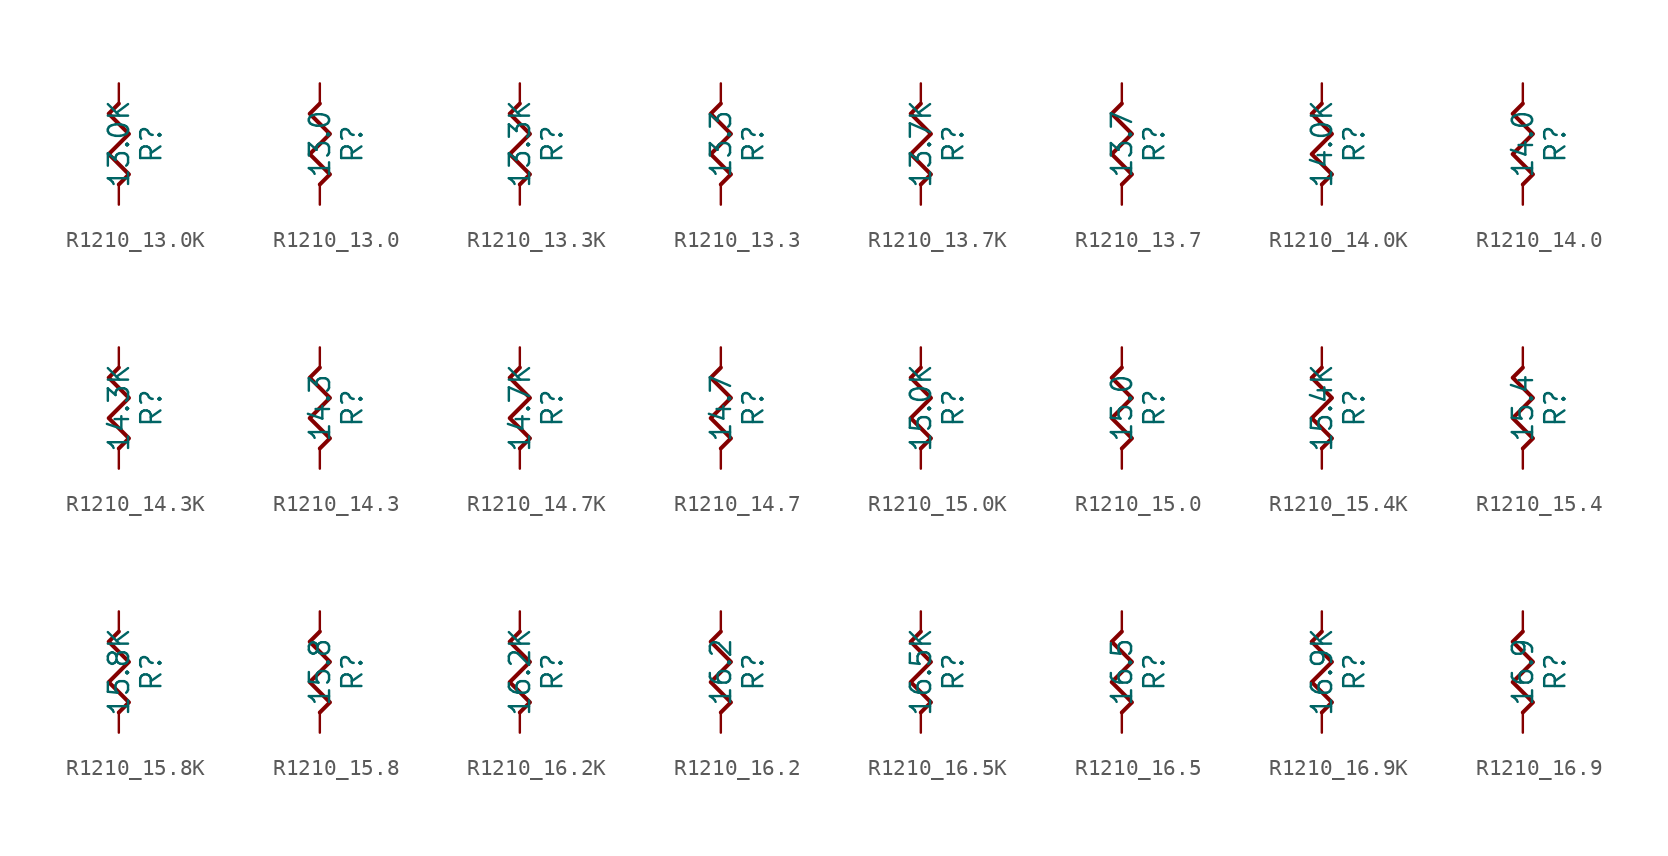
<source format=kicad_sym>
(kicad_symbol_lib
  (version 20211014)
  (generator atlantix-eda)
  (symbol "R1210_13.0K"
    (pin_numbers hide)
    (pin_names
      (offset 0))
    (property "Reference" "R"
      (at 2.032 0 90)
      (effects (font (size 1.27 1.27))))
    (property "Value" "13.0K"
      (at 0 0 90)
      (effects (font (size 1.27 1.27))))
    (symbol "R1210_13.0K_0_1"
      (polyline (pts (xy 0 -2.54) (xy 0.635 -1.905) (xy -0.635 -0.635) (xy 0.635 0.635) (xy -0.635 1.905) (xy 0 2.54)) (stroke (width 0.254) (type default) (color 0 0 0 0)) (fill (type none))))
    (symbol "R1210_13.0K_1_1"
      (pin passive line (at 0 3.81 270) (length 1.27) (name "~" (effects (font (size 1.27 1.27)))) (number "1" (effects (font (size 1.27 1.27)))))
      (pin passive line (at 0 -3.81 90) (length 1.27) (name "~" (effects (font (size 1.27 1.27)))) (number "2" (effects (font (size 1.27 1.27)))))))
  (symbol "R1210_13.0"
    (pin_numbers hide)
    (pin_names
      (offset 0))
    (property "Reference" "R"
      (at 2.032 0 90)
      (effects (font (size 1.27 1.27))))
    (property "Value" "13.0"
      (at 0 0 90)
      (effects (font (size 1.27 1.27))))
    (symbol "R1210_13.0_0_1"
      (polyline (pts (xy 0 -2.54) (xy 0.635 -1.905) (xy -0.635 -0.635) (xy 0.635 0.635) (xy -0.635 1.905) (xy 0 2.54)) (stroke (width 0.254) (type default) (color 0 0 0 0)) (fill (type none))))
    (symbol "R1210_13.0_1_1"
      (pin passive line (at 0 3.81 270) (length 1.27) (name "~" (effects (font (size 1.27 1.27)))) (number "1" (effects (font (size 1.27 1.27)))))
      (pin passive line (at 0 -3.81 90) (length 1.27) (name "~" (effects (font (size 1.27 1.27)))) (number "2" (effects (font (size 1.27 1.27)))))))
  (symbol "R1210_13.3K"
    (pin_numbers hide)
    (pin_names
      (offset 0))
    (property "Reference" "R"
      (at 2.032 0 90)
      (effects (font (size 1.27 1.27))))
    (property "Value" "13.3K"
      (at 0 0 90)
      (effects (font (size 1.27 1.27))))
    (symbol "R1210_13.3K_0_1"
      (polyline (pts (xy 0 -2.54) (xy 0.635 -1.905) (xy -0.635 -0.635) (xy 0.635 0.635) (xy -0.635 1.905) (xy 0 2.54)) (stroke (width 0.254) (type default) (color 0 0 0 0)) (fill (type none))))
    (symbol "R1210_13.3K_1_1"
      (pin passive line (at 0 3.81 270) (length 1.27) (name "~" (effects (font (size 1.27 1.27)))) (number "1" (effects (font (size 1.27 1.27)))))
      (pin passive line (at 0 -3.81 90) (length 1.27) (name "~" (effects (font (size 1.27 1.27)))) (number "2" (effects (font (size 1.27 1.27)))))))
  (symbol "R1210_13.3"
    (pin_numbers hide)
    (pin_names
      (offset 0))
    (property "Reference" "R"
      (at 2.032 0 90)
      (effects (font (size 1.27 1.27))))
    (property "Value" "13.3"
      (at 0 0 90)
      (effects (font (size 1.27 1.27))))
    (symbol "R1210_13.3_0_1"
      (polyline (pts (xy 0 -2.54) (xy 0.635 -1.905) (xy -0.635 -0.635) (xy 0.635 0.635) (xy -0.635 1.905) (xy 0 2.54)) (stroke (width 0.254) (type default) (color 0 0 0 0)) (fill (type none))))
    (symbol "R1210_13.3_1_1"
      (pin passive line (at 0 3.81 270) (length 1.27) (name "~" (effects (font (size 1.27 1.27)))) (number "1" (effects (font (size 1.27 1.27)))))
      (pin passive line (at 0 -3.81 90) (length 1.27) (name "~" (effects (font (size 1.27 1.27)))) (number "2" (effects (font (size 1.27 1.27)))))))
  (symbol "R1210_13.7K"
    (pin_numbers hide)
    (pin_names
      (offset 0))
    (property "Reference" "R"
      (at 2.032 0 90)
      (effects (font (size 1.27 1.27))))
    (property "Value" "13.7K"
      (at 0 0 90)
      (effects (font (size 1.27 1.27))))
    (symbol "R1210_13.7K_0_1"
      (polyline (pts (xy 0 -2.54) (xy 0.635 -1.905) (xy -0.635 -0.635) (xy 0.635 0.635) (xy -0.635 1.905) (xy 0 2.54)) (stroke (width 0.254) (type default) (color 0 0 0 0)) (fill (type none))))
    (symbol "R1210_13.7K_1_1"
      (pin passive line (at 0 3.81 270) (length 1.27) (name "~" (effects (font (size 1.27 1.27)))) (number "1" (effects (font (size 1.27 1.27)))))
      (pin passive line (at 0 -3.81 90) (length 1.27) (name "~" (effects (font (size 1.27 1.27)))) (number "2" (effects (font (size 1.27 1.27)))))))
  (symbol "R1210_13.7"
    (pin_numbers hide)
    (pin_names
      (offset 0))
    (property "Reference" "R"
      (at 2.032 0 90)
      (effects (font (size 1.27 1.27))))
    (property "Value" "13.7"
      (at 0 0 90)
      (effects (font (size 1.27 1.27))))
    (symbol "R1210_13.7_0_1"
      (polyline (pts (xy 0 -2.54) (xy 0.635 -1.905) (xy -0.635 -0.635) (xy 0.635 0.635) (xy -0.635 1.905) (xy 0 2.54)) (stroke (width 0.254) (type default) (color 0 0 0 0)) (fill (type none))))
    (symbol "R1210_13.7_1_1"
      (pin passive line (at 0 3.81 270) (length 1.27) (name "~" (effects (font (size 1.27 1.27)))) (number "1" (effects (font (size 1.27 1.27)))))
      (pin passive line (at 0 -3.81 90) (length 1.27) (name "~" (effects (font (size 1.27 1.27)))) (number "2" (effects (font (size 1.27 1.27)))))))
  (symbol "R1210_14.0K"
    (pin_numbers hide)
    (pin_names
      (offset 0))
    (property "Reference" "R"
      (at 2.032 0 90)
      (effects (font (size 1.27 1.27))))
    (property "Value" "14.0K"
      (at 0 0 90)
      (effects (font (size 1.27 1.27))))
    (symbol "R1210_14.0K_0_1"
      (polyline (pts (xy 0 -2.54) (xy 0.635 -1.905) (xy -0.635 -0.635) (xy 0.635 0.635) (xy -0.635 1.905) (xy 0 2.54)) (stroke (width 0.254) (type default) (color 0 0 0 0)) (fill (type none))))
    (symbol "R1210_14.0K_1_1"
      (pin passive line (at 0 3.81 270) (length 1.27) (name "~" (effects (font (size 1.27 1.27)))) (number "1" (effects (font (size 1.27 1.27)))))
      (pin passive line (at 0 -3.81 90) (length 1.27) (name "~" (effects (font (size 1.27 1.27)))) (number "2" (effects (font (size 1.27 1.27)))))))
  (symbol "R1210_14.0"
    (pin_numbers hide)
    (pin_names
      (offset 0))
    (property "Reference" "R"
      (at 2.032 0 90)
      (effects (font (size 1.27 1.27))))
    (property "Value" "14.0"
      (at 0 0 90)
      (effects (font (size 1.27 1.27))))
    (symbol "R1210_14.0_0_1"
      (polyline (pts (xy 0 -2.54) (xy 0.635 -1.905) (xy -0.635 -0.635) (xy 0.635 0.635) (xy -0.635 1.905) (xy 0 2.54)) (stroke (width 0.254) (type default) (color 0 0 0 0)) (fill (type none))))
    (symbol "R1210_14.0_1_1"
      (pin passive line (at 0 3.81 270) (length 1.27) (name "~" (effects (font (size 1.27 1.27)))) (number "1" (effects (font (size 1.27 1.27)))))
      (pin passive line (at 0 -3.81 90) (length 1.27) (name "~" (effects (font (size 1.27 1.27)))) (number "2" (effects (font (size 1.27 1.27)))))))
  (symbol "R1210_14.3K"
    (pin_numbers hide)
    (pin_names
      (offset 0))
    (property "Reference" "R"
      (at 2.032 0 90)
      (effects (font (size 1.27 1.27))))
    (property "Value" "14.3K"
      (at 0 0 90)
      (effects (font (size 1.27 1.27))))
    (symbol "R1210_14.3K_0_1"
      (polyline (pts (xy 0 -2.54) (xy 0.635 -1.905) (xy -0.635 -0.635) (xy 0.635 0.635) (xy -0.635 1.905) (xy 0 2.54)) (stroke (width 0.254) (type default) (color 0 0 0 0)) (fill (type none))))
    (symbol "R1210_14.3K_1_1"
      (pin passive line (at 0 3.81 270) (length 1.27) (name "~" (effects (font (size 1.27 1.27)))) (number "1" (effects (font (size 1.27 1.27)))))
      (pin passive line (at 0 -3.81 90) (length 1.27) (name "~" (effects (font (size 1.27 1.27)))) (number "2" (effects (font (size 1.27 1.27)))))))
  (symbol "R1210_14.3"
    (pin_numbers hide)
    (pin_names
      (offset 0))
    (property "Reference" "R"
      (at 2.032 0 90)
      (effects (font (size 1.27 1.27))))
    (property "Value" "14.3"
      (at 0 0 90)
      (effects (font (size 1.27 1.27))))
    (symbol "R1210_14.3_0_1"
      (polyline (pts (xy 0 -2.54) (xy 0.635 -1.905) (xy -0.635 -0.635) (xy 0.635 0.635) (xy -0.635 1.905) (xy 0 2.54)) (stroke (width 0.254) (type default) (color 0 0 0 0)) (fill (type none))))
    (symbol "R1210_14.3_1_1"
      (pin passive line (at 0 3.81 270) (length 1.27) (name "~" (effects (font (size 1.27 1.27)))) (number "1" (effects (font (size 1.27 1.27)))))
      (pin passive line (at 0 -3.81 90) (length 1.27) (name "~" (effects (font (size 1.27 1.27)))) (number "2" (effects (font (size 1.27 1.27)))))))
  (symbol "R1210_14.7K"
    (pin_numbers hide)
    (pin_names
      (offset 0))
    (property "Reference" "R"
      (at 2.032 0 90)
      (effects (font (size 1.27 1.27))))
    (property "Value" "14.7K"
      (at 0 0 90)
      (effects (font (size 1.27 1.27))))
    (symbol "R1210_14.7K_0_1"
      (polyline (pts (xy 0 -2.54) (xy 0.635 -1.905) (xy -0.635 -0.635) (xy 0.635 0.635) (xy -0.635 1.905) (xy 0 2.54)) (stroke (width 0.254) (type default) (color 0 0 0 0)) (fill (type none))))
    (symbol "R1210_14.7K_1_1"
      (pin passive line (at 0 3.81 270) (length 1.27) (name "~" (effects (font (size 1.27 1.27)))) (number "1" (effects (font (size 1.27 1.27)))))
      (pin passive line (at 0 -3.81 90) (length 1.27) (name "~" (effects (font (size 1.27 1.27)))) (number "2" (effects (font (size 1.27 1.27)))))))
  (symbol "R1210_14.7"
    (pin_numbers hide)
    (pin_names
      (offset 0))
    (property "Reference" "R"
      (at 2.032 0 90)
      (effects (font (size 1.27 1.27))))
    (property "Value" "14.7"
      (at 0 0 90)
      (effects (font (size 1.27 1.27))))
    (symbol "R1210_14.7_0_1"
      (polyline (pts (xy 0 -2.54) (xy 0.635 -1.905) (xy -0.635 -0.635) (xy 0.635 0.635) (xy -0.635 1.905) (xy 0 2.54)) (stroke (width 0.254) (type default) (color 0 0 0 0)) (fill (type none))))
    (symbol "R1210_14.7_1_1"
      (pin passive line (at 0 3.81 270) (length 1.27) (name "~" (effects (font (size 1.27 1.27)))) (number "1" (effects (font (size 1.27 1.27)))))
      (pin passive line (at 0 -3.81 90) (length 1.27) (name "~" (effects (font (size 1.27 1.27)))) (number "2" (effects (font (size 1.27 1.27)))))))
  (symbol "R1210_15.0K"
    (pin_numbers hide)
    (pin_names
      (offset 0))
    (property "Reference" "R"
      (at 2.032 0 90)
      (effects (font (size 1.27 1.27))))
    (property "Value" "15.0K"
      (at 0 0 90)
      (effects (font (size 1.27 1.27))))
    (symbol "R1210_15.0K_0_1"
      (polyline (pts (xy 0 -2.54) (xy 0.635 -1.905) (xy -0.635 -0.635) (xy 0.635 0.635) (xy -0.635 1.905) (xy 0 2.54)) (stroke (width 0.254) (type default) (color 0 0 0 0)) (fill (type none))))
    (symbol "R1210_15.0K_1_1"
      (pin passive line (at 0 3.81 270) (length 1.27) (name "~" (effects (font (size 1.27 1.27)))) (number "1" (effects (font (size 1.27 1.27)))))
      (pin passive line (at 0 -3.81 90) (length 1.27) (name "~" (effects (font (size 1.27 1.27)))) (number "2" (effects (font (size 1.27 1.27)))))))
  (symbol "R1210_15.0"
    (pin_numbers hide)
    (pin_names
      (offset 0))
    (property "Reference" "R"
      (at 2.032 0 90)
      (effects (font (size 1.27 1.27))))
    (property "Value" "15.0"
      (at 0 0 90)
      (effects (font (size 1.27 1.27))))
    (symbol "R1210_15.0_0_1"
      (polyline (pts (xy 0 -2.54) (xy 0.635 -1.905) (xy -0.635 -0.635) (xy 0.635 0.635) (xy -0.635 1.905) (xy 0 2.54)) (stroke (width 0.254) (type default) (color 0 0 0 0)) (fill (type none))))
    (symbol "R1210_15.0_1_1"
      (pin passive line (at 0 3.81 270) (length 1.27) (name "~" (effects (font (size 1.27 1.27)))) (number "1" (effects (font (size 1.27 1.27)))))
      (pin passive line (at 0 -3.81 90) (length 1.27) (name "~" (effects (font (size 1.27 1.27)))) (number "2" (effects (font (size 1.27 1.27)))))))
  (symbol "R1210_15.4K"
    (pin_numbers hide)
    (pin_names
      (offset 0))
    (property "Reference" "R"
      (at 2.032 0 90)
      (effects (font (size 1.27 1.27))))
    (property "Value" "15.4K"
      (at 0 0 90)
      (effects (font (size 1.27 1.27))))
    (symbol "R1210_15.4K_0_1"
      (polyline (pts (xy 0 -2.54) (xy 0.635 -1.905) (xy -0.635 -0.635) (xy 0.635 0.635) (xy -0.635 1.905) (xy 0 2.54)) (stroke (width 0.254) (type default) (color 0 0 0 0)) (fill (type none))))
    (symbol "R1210_15.4K_1_1"
      (pin passive line (at 0 3.81 270) (length 1.27) (name "~" (effects (font (size 1.27 1.27)))) (number "1" (effects (font (size 1.27 1.27)))))
      (pin passive line (at 0 -3.81 90) (length 1.27) (name "~" (effects (font (size 1.27 1.27)))) (number "2" (effects (font (size 1.27 1.27)))))))
  (symbol "R1210_15.4"
    (pin_numbers hide)
    (pin_names
      (offset 0))
    (property "Reference" "R"
      (at 2.032 0 90)
      (effects (font (size 1.27 1.27))))
    (property "Value" "15.4"
      (at 0 0 90)
      (effects (font (size 1.27 1.27))))
    (symbol "R1210_15.4_0_1"
      (polyline (pts (xy 0 -2.54) (xy 0.635 -1.905) (xy -0.635 -0.635) (xy 0.635 0.635) (xy -0.635 1.905) (xy 0 2.54)) (stroke (width 0.254) (type default) (color 0 0 0 0)) (fill (type none))))
    (symbol "R1210_15.4_1_1"
      (pin passive line (at 0 3.81 270) (length 1.27) (name "~" (effects (font (size 1.27 1.27)))) (number "1" (effects (font (size 1.27 1.27)))))
      (pin passive line (at 0 -3.81 90) (length 1.27) (name "~" (effects (font (size 1.27 1.27)))) (number "2" (effects (font (size 1.27 1.27)))))))
  (symbol "R1210_15.8K"
    (pin_numbers hide)
    (pin_names
      (offset 0))
    (property "Reference" "R"
      (at 2.032 0 90)
      (effects (font (size 1.27 1.27))))
    (property "Value" "15.8K"
      (at 0 0 90)
      (effects (font (size 1.27 1.27))))
    (symbol "R1210_15.8K_0_1"
      (polyline (pts (xy 0 -2.54) (xy 0.635 -1.905) (xy -0.635 -0.635) (xy 0.635 0.635) (xy -0.635 1.905) (xy 0 2.54)) (stroke (width 0.254) (type default) (color 0 0 0 0)) (fill (type none))))
    (symbol "R1210_15.8K_1_1"
      (pin passive line (at 0 3.81 270) (length 1.27) (name "~" (effects (font (size 1.27 1.27)))) (number "1" (effects (font (size 1.27 1.27)))))
      (pin passive line (at 0 -3.81 90) (length 1.27) (name "~" (effects (font (size 1.27 1.27)))) (number "2" (effects (font (size 1.27 1.27)))))))
  (symbol "R1210_15.8"
    (pin_numbers hide)
    (pin_names
      (offset 0))
    (property "Reference" "R"
      (at 2.032 0 90)
      (effects (font (size 1.27 1.27))))
    (property "Value" "15.8"
      (at 0 0 90)
      (effects (font (size 1.27 1.27))))
    (symbol "R1210_15.8_0_1"
      (polyline (pts (xy 0 -2.54) (xy 0.635 -1.905) (xy -0.635 -0.635) (xy 0.635 0.635) (xy -0.635 1.905) (xy 0 2.54)) (stroke (width 0.254) (type default) (color 0 0 0 0)) (fill (type none))))
    (symbol "R1210_15.8_1_1"
      (pin passive line (at 0 3.81 270) (length 1.27) (name "~" (effects (font (size 1.27 1.27)))) (number "1" (effects (font (size 1.27 1.27)))))
      (pin passive line (at 0 -3.81 90) (length 1.27) (name "~" (effects (font (size 1.27 1.27)))) (number "2" (effects (font (size 1.27 1.27)))))))
  (symbol "R1210_16.2K"
    (pin_numbers hide)
    (pin_names
      (offset 0))
    (property "Reference" "R"
      (at 2.032 0 90)
      (effects (font (size 1.27 1.27))))
    (property "Value" "16.2K"
      (at 0 0 90)
      (effects (font (size 1.27 1.27))))
    (symbol "R1210_16.2K_0_1"
      (polyline (pts (xy 0 -2.54) (xy 0.635 -1.905) (xy -0.635 -0.635) (xy 0.635 0.635) (xy -0.635 1.905) (xy 0 2.54)) (stroke (width 0.254) (type default) (color 0 0 0 0)) (fill (type none))))
    (symbol "R1210_16.2K_1_1"
      (pin passive line (at 0 3.81 270) (length 1.27) (name "~" (effects (font (size 1.27 1.27)))) (number "1" (effects (font (size 1.27 1.27)))))
      (pin passive line (at 0 -3.81 90) (length 1.27) (name "~" (effects (font (size 1.27 1.27)))) (number "2" (effects (font (size 1.27 1.27)))))))
  (symbol "R1210_16.2"
    (pin_numbers hide)
    (pin_names
      (offset 0))
    (property "Reference" "R"
      (at 2.032 0 90)
      (effects (font (size 1.27 1.27))))
    (property "Value" "16.2"
      (at 0 0 90)
      (effects (font (size 1.27 1.27))))
    (symbol "R1210_16.2_0_1"
      (polyline (pts (xy 0 -2.54) (xy 0.635 -1.905) (xy -0.635 -0.635) (xy 0.635 0.635) (xy -0.635 1.905) (xy 0 2.54)) (stroke (width 0.254) (type default) (color 0 0 0 0)) (fill (type none))))
    (symbol "R1210_16.2_1_1"
      (pin passive line (at 0 3.81 270) (length 1.27) (name "~" (effects (font (size 1.27 1.27)))) (number "1" (effects (font (size 1.27 1.27)))))
      (pin passive line (at 0 -3.81 90) (length 1.27) (name "~" (effects (font (size 1.27 1.27)))) (number "2" (effects (font (size 1.27 1.27)))))))
  (symbol "R1210_16.5K"
    (pin_numbers hide)
    (pin_names
      (offset 0))
    (property "Reference" "R"
      (at 2.032 0 90)
      (effects (font (size 1.27 1.27))))
    (property "Value" "16.5K"
      (at 0 0 90)
      (effects (font (size 1.27 1.27))))
    (symbol "R1210_16.5K_0_1"
      (polyline (pts (xy 0 -2.54) (xy 0.635 -1.905) (xy -0.635 -0.635) (xy 0.635 0.635) (xy -0.635 1.905) (xy 0 2.54)) (stroke (width 0.254) (type default) (color 0 0 0 0)) (fill (type none))))
    (symbol "R1210_16.5K_1_1"
      (pin passive line (at 0 3.81 270) (length 1.27) (name "~" (effects (font (size 1.27 1.27)))) (number "1" (effects (font (size 1.27 1.27)))))
      (pin passive line (at 0 -3.81 90) (length 1.27) (name "~" (effects (font (size 1.27 1.27)))) (number "2" (effects (font (size 1.27 1.27)))))))
  (symbol "R1210_16.5"
    (pin_numbers hide)
    (pin_names
      (offset 0))
    (property "Reference" "R"
      (at 2.032 0 90)
      (effects (font (size 1.27 1.27))))
    (property "Value" "16.5"
      (at 0 0 90)
      (effects (font (size 1.27 1.27))))
    (symbol "R1210_16.5_0_1"
      (polyline (pts (xy 0 -2.54) (xy 0.635 -1.905) (xy -0.635 -0.635) (xy 0.635 0.635) (xy -0.635 1.905) (xy 0 2.54)) (stroke (width 0.254) (type default) (color 0 0 0 0)) (fill (type none))))
    (symbol "R1210_16.5_1_1"
      (pin passive line (at 0 3.81 270) (length 1.27) (name "~" (effects (font (size 1.27 1.27)))) (number "1" (effects (font (size 1.27 1.27)))))
      (pin passive line (at 0 -3.81 90) (length 1.27) (name "~" (effects (font (size 1.27 1.27)))) (number "2" (effects (font (size 1.27 1.27)))))))
  (symbol "R1210_16.9K"
    (pin_numbers hide)
    (pin_names
      (offset 0))
    (property "Reference" "R"
      (at 2.032 0 90)
      (effects (font (size 1.27 1.27))))
    (property "Value" "16.9K"
      (at 0 0 90)
      (effects (font (size 1.27 1.27))))
    (symbol "R1210_16.9K_0_1"
      (polyline (pts (xy 0 -2.54) (xy 0.635 -1.905) (xy -0.635 -0.635) (xy 0.635 0.635) (xy -0.635 1.905) (xy 0 2.54)) (stroke (width 0.254) (type default) (color 0 0 0 0)) (fill (type none))))
    (symbol "R1210_16.9K_1_1"
      (pin passive line (at 0 3.81 270) (length 1.27) (name "~" (effects (font (size 1.27 1.27)))) (number "1" (effects (font (size 1.27 1.27)))))
      (pin passive line (at 0 -3.81 90) (length 1.27) (name "~" (effects (font (size 1.27 1.27)))) (number "2" (effects (font (size 1.27 1.27)))))))
  (symbol "R1210_16.9"
    (pin_numbers hide)
    (pin_names
      (offset 0))
    (property "Reference" "R"
      (at 2.032 0 90)
      (effects (font (size 1.27 1.27))))
    (property "Value" "16.9"
      (at 0 0 90)
      (effects (font (size 1.27 1.27))))
    (symbol "R1210_16.9_0_1"
      (polyline (pts (xy 0 -2.54) (xy 0.635 -1.905) (xy -0.635 -0.635) (xy 0.635 0.635) (xy -0.635 1.905) (xy 0 2.54)) (stroke (width 0.254) (type default) (color 0 0 0 0)) (fill (type none))))
    (symbol "R1210_16.9_1_1"
      (pin passive line (at 0 3.81 270) (length 1.27) (name "~" (effects (font (size 1.27 1.27)))) (number "1" (effects (font (size 1.27 1.27)))))
      (pin passive line (at 0 -3.81 90) (length 1.27) (name "~" (effects (font (size 1.27 1.27)))) (number "2" (effects (font (size 1.27 1.27))))))))
</source>
